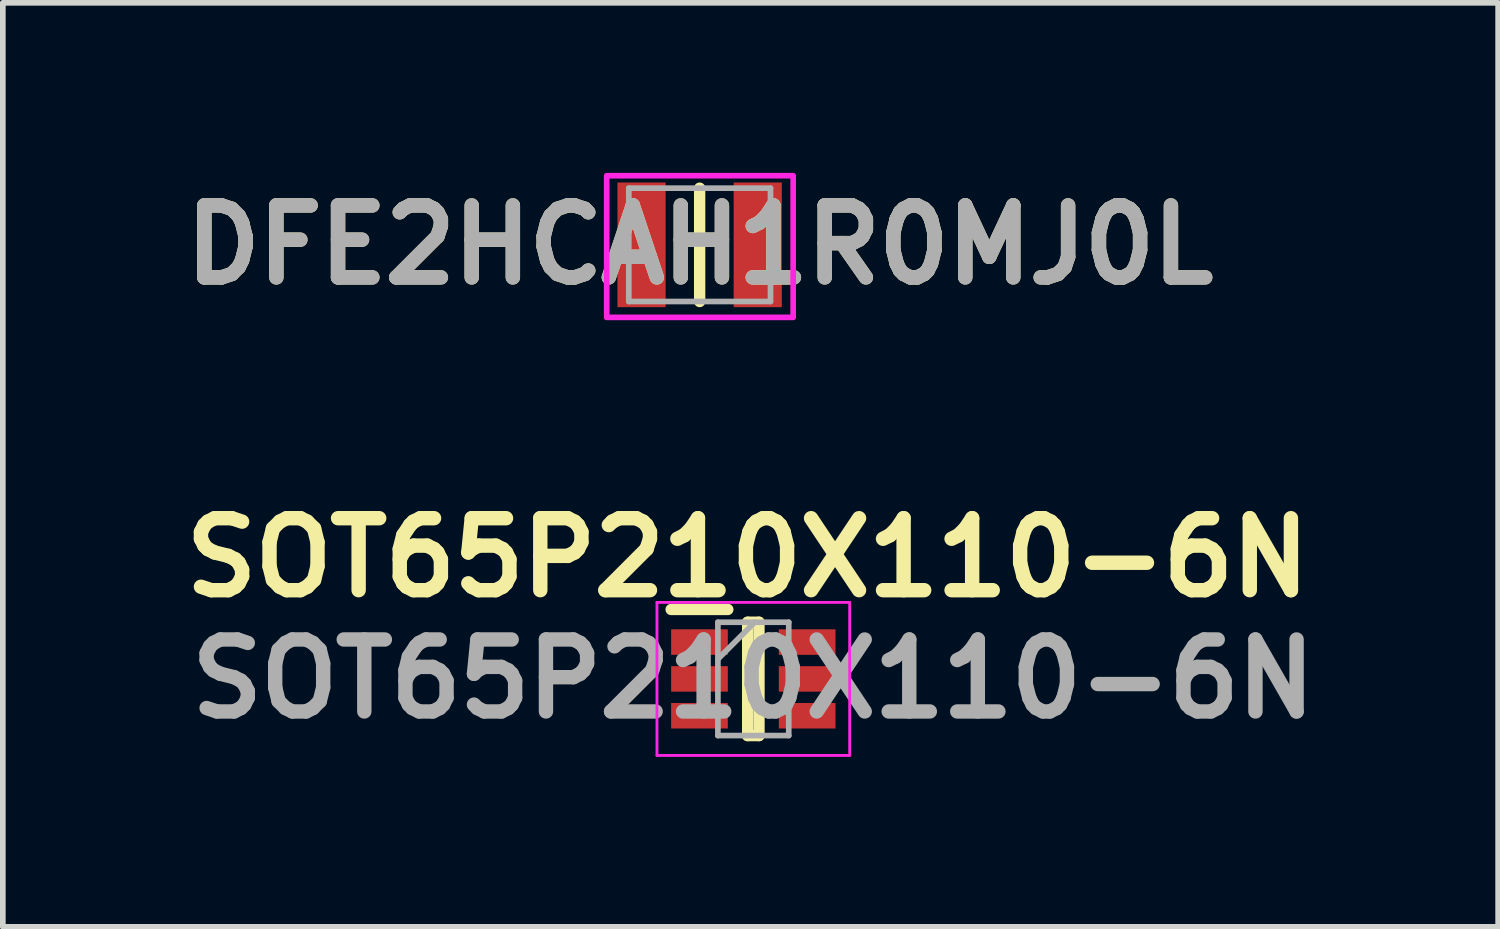
<source format=kicad_pcb>
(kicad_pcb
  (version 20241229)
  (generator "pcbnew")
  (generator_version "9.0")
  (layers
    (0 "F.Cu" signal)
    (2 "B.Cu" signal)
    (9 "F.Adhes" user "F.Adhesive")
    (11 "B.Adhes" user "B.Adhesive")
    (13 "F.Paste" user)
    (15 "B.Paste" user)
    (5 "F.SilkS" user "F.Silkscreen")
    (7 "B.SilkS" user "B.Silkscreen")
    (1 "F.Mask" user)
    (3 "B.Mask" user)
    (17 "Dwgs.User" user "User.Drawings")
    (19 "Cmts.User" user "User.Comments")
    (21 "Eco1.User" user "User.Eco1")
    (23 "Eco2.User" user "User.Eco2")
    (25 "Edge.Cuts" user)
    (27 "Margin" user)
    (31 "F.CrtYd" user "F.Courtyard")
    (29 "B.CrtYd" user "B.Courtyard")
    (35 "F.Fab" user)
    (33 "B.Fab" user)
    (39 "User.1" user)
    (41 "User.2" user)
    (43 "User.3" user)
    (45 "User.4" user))
  (footprint "SOT65P210X110-6N"
    (layer "F.Cu")
    (at 10.242 8.929)
    (property "Reference" "SOT65P210X110-6N" (at -0.1 -2.14 0) (layer "F.SilkS") (effects (font (size 1.27 1.27) (thickness 0.254))))
    (attr smd)
    (fp_line (start -1.45 -1.225) (end -0.45 -1.225) (stroke (width 0.2) (type solid)) (layer "F.SilkS"))
    (fp_line (start -0.1 -1) (end 0.1 -1) (stroke (width 0.2) (type solid)) (layer "F.SilkS"))
    (fp_line (start -0.1 1) (end -0.1 -1) (stroke (width 0.2) (type solid)) (layer "F.SilkS"))
    (fp_line (start 0.1 -1) (end 0.1 1) (stroke (width 0.2) (type solid)) (layer "F.SilkS"))
    (fp_line (start 0.1 1) (end -0.1 1) (stroke (width 0.2) (type solid)) (layer "F.SilkS"))
    (fp_line (start -1.7 -1.35) (end 1.7 -1.35) (stroke (width 0.05) (type solid)) (layer "F.CrtYd"))
    (fp_line (start -1.7 1.35) (end -1.7 -1.35) (stroke (width 0.05) (type solid)) (layer "F.CrtYd"))
    (fp_line (start 1.7 -1.35) (end 1.7 1.35) (stroke (width 0.05) (type solid)) (layer "F.CrtYd"))
    (fp_line (start 1.7 1.35) (end -1.7 1.35) (stroke (width 0.05) (type solid)) (layer "F.CrtYd"))
    (fp_line (start -0.625 -1) (end 0.625 -1) (stroke (width 0.1) (type solid)) (layer "F.Fab"))
    (fp_line (start -0.625 -0.35) (end 0.025 -1) (stroke (width 0.1) (type solid)) (layer "F.Fab"))
    (fp_line (start -0.625 1) (end -0.625 -1) (stroke (width 0.1) (type solid)) (layer "F.Fab"))
    (fp_line (start 0.625 -1) (end 0.625 1) (stroke (width 0.1) (type solid)) (layer "F.Fab"))
    (fp_line (start 0.625 1) (end -0.625 1) (stroke (width 0.1) (type solid)) (layer "F.Fab"))
    (fp_text user "${REFERENCE}" (at 0 0 0) (layer "F.Fab") (effects (font (size 1.27 1.27) (thickness 0.254))))
    (pad "1" smd rect (at -0.95 -0.65 90) (size 0.45 1) (layers "F.Cu" "F.Mask" "F.Paste"))
    (pad "2" smd rect (at -0.95 0 90) (size 0.45 1) (layers "F.Cu" "F.Mask" "F.Paste"))
    (pad "3" smd rect (at -0.95 0.65 90) (size 0.45 1) (layers "F.Cu" "F.Mask" "F.Paste"))
    (pad "4" smd rect (at 0.95 0.65 90) (size 0.45 1) (layers "F.Cu" "F.Mask" "F.Paste"))
    (pad "5" smd rect (at 0.95 0 90) (size 0.45 1) (layers "F.Cu" "F.Mask" "F.Paste"))
    (pad "6" smd rect (at 0.95 -0.65 90) (size 0.45 1) (layers "F.Cu" "F.Mask" "F.Paste")))
  (footprint "DFE2HCAH1R0MJ0L"
    (layer "F.Cu")
    (at 9.295 1.27)
    (property "Reference" "DFE2HCAH1R0MJ0L" (at 0 0 0) (layer "F.SilkS") (effects (font (size 1.27 1.27) (thickness 0.254))))
    (attr smd)
    (fp_line (start 0 -1) (end 0 1) (stroke (width 0.2) (type solid)) (layer "F.SilkS"))
    (fp_rect (start -1.64 -1.22) (end 1.65 1.28) (stroke (width 0.1) (type default)) (fill no) (layer "F.CrtYd"))
    (fp_line (start -1.25 -1) (end 1.25 -1) (stroke (width 0.1) (type solid)) (layer "F.Fab"))
    (fp_line (start -1.25 1) (end -1.25 -1) (stroke (width 0.1) (type solid)) (layer "F.Fab"))
    (fp_line (start 1.25 -1) (end 1.25 1) (stroke (width 0.1) (type solid)) (layer "F.Fab"))
    (fp_line (start 1.25 1) (end -1.25 1) (stroke (width 0.1) (type solid)) (layer "F.Fab"))
    (fp_text user "${REFERENCE}" (at 0 0 0) (layer "F.Fab") (effects (font (size 1.27 1.27) (thickness 0.254))))
    (pad "1" smd rect (at -1.025 0) (size 0.85 2.2) (layers "F.Cu" "F.Mask" "F.Paste"))
    (pad "2" smd rect (at 1.025 0) (size 0.85 2.2) (layers "F.Cu" "F.Mask" "F.Paste")))
  (gr_rect
    (start -3 -3)
    (end 23.384 13.304)
    (stroke (width 0.1) (type default))
    (fill no)
    (layer "Edge.Cuts")))
</source>
